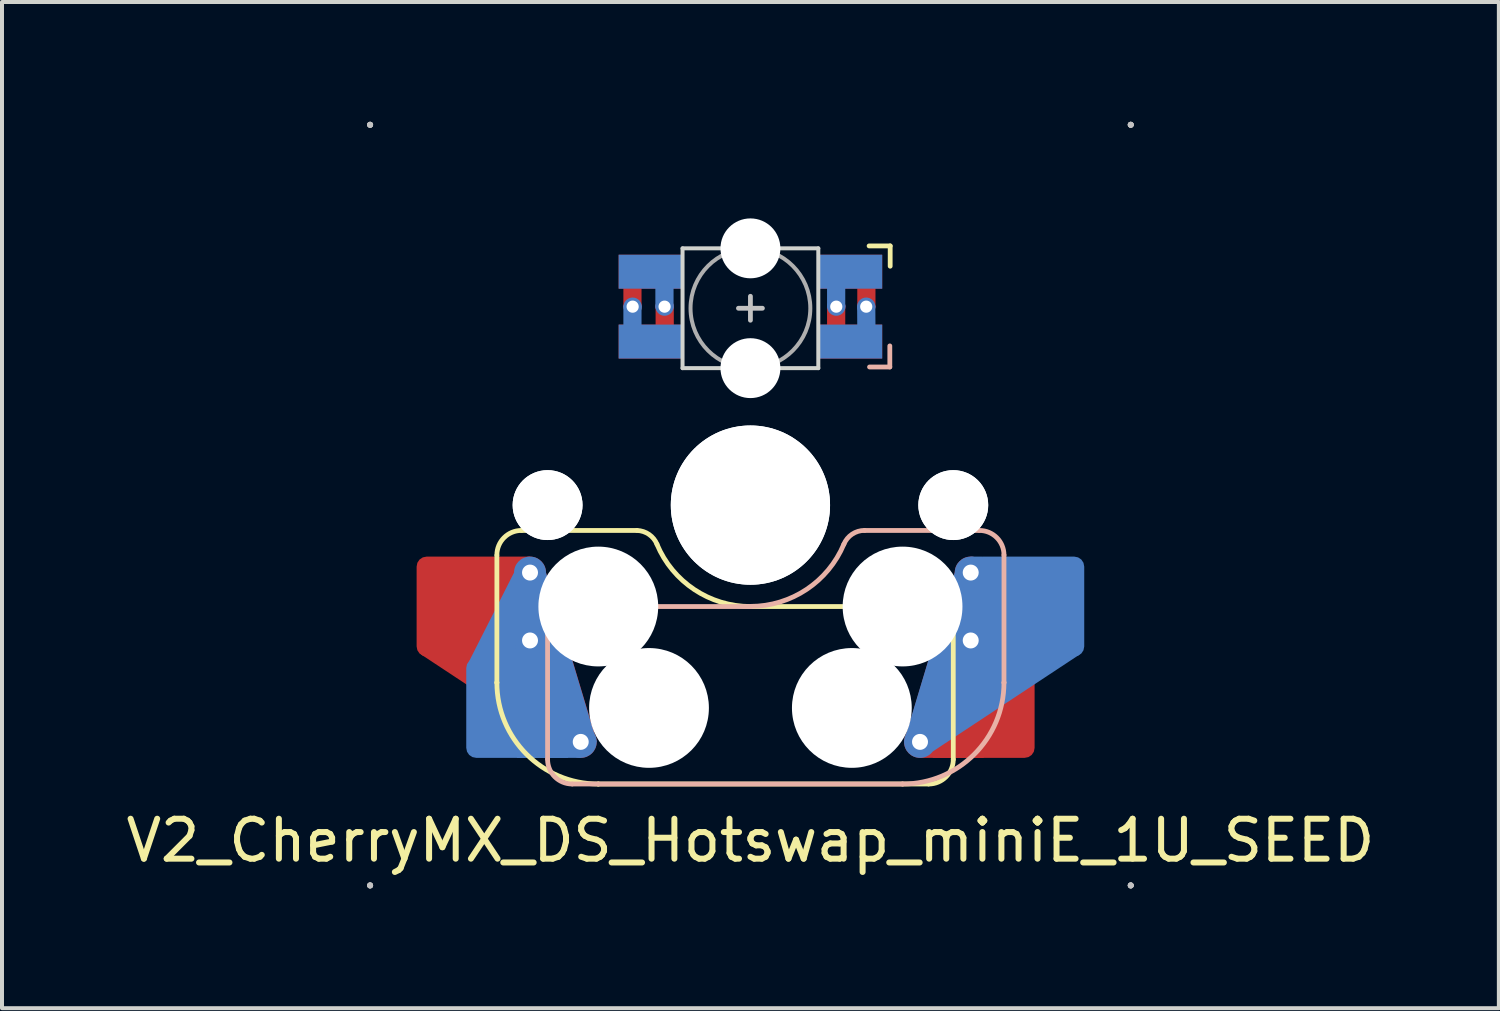
<source format=kicad_pcb>
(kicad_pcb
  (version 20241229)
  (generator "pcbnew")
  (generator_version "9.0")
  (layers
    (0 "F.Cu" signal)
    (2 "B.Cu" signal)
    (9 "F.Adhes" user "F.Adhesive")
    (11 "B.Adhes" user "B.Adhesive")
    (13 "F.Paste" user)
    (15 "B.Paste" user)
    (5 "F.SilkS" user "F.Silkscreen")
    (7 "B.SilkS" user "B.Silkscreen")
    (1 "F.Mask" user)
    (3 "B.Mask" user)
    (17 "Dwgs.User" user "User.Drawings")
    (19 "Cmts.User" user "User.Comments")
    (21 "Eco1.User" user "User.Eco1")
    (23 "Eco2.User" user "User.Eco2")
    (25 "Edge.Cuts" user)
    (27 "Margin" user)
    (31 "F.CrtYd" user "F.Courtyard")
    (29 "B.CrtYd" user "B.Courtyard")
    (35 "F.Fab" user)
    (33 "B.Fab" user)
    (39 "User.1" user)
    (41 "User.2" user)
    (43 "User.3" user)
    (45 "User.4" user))
  (footprint "V2_CherryMX_DS_Hotswap_miniE_1U_SEED"
    (layer "F.Cu")
    (at 15.744 9.6)
    (property "Reference" "V2_CherryMX_DS_Hotswap_miniE_1U_SEED" (at 0 8.4 180) (layer "F.SilkS") (effects (font (size 1 1) (thickness 0.15))))
    (attr through_hole)
    (fp_poly (pts (xy -5.81 1.29) (xy -5.52 1.29) (xy -5.12 1.69) (xy -3.9 5.74) (xy -4.57 6.17) (xy -8.25 3.74)) (stroke (width 0) (type solid)) (fill yes) (layer "F.Cu"))
    (fp_poly (pts (xy 3.937 6) (xy 4.247 6.33) (xy 5.839 6.33) (xy 7.037 3.9) (xy 5.917 1.69) (xy 5.117 1.69) (xy 3.847 5.93) (xy 3.947 6.01)) (stroke (width 0) (type solid)) (fill yes) (layer "F.Cu"))
    (fp_poly (pts (xy -3.25 -6.22) (xy -1.75 -6.22) (xy -1.75 -5.47) (xy -3.25 -5.47)) (stroke (width 0.1) (type solid)) (fill yes) (layer "F.Mask"))
    (fp_poly (pts (xy -3.25 -4.47) (xy -1.75 -4.47) (xy -1.75 -3.72) (xy -3.25 -3.72)) (stroke (width 0.1) (type solid)) (fill yes) (layer "F.Mask"))
    (fp_poly (pts (xy 1.75 -4.47) (xy 3.25 -4.47) (xy 3.25 -3.72) (xy 1.75 -3.72)) (stroke (width 0.1) (type solid)) (fill yes) (layer "F.Mask"))
    (fp_poly (pts (xy 1.75 -6.22) (xy 2.85 -6.22) (xy 3.25 -5.82) (xy 3.25 -5.47) (xy 1.75 -5.47)) (stroke (width 0.1) (type solid)) (fill yes) (layer "F.Mask"))
    (fp_poly (pts (xy 5.807 1.29) (xy 5.517 1.29) (xy 5.117 1.69) (xy 3.897 5.74) (xy 4.567 6.17) (xy 8.247 3.74)) (stroke (width 0) (type solid)) (fill yes) (layer "B.Cu"))
    (fp_poly (pts (xy -3.94 6) (xy -4.25 6.33) (xy -5.842 6.33) (xy -7.04 3.9) (xy -5.92 1.69) (xy -5.12 1.69) (xy -3.85 5.93) (xy -3.95 6.01)) (stroke (width 0) (type solid)) (fill yes) (layer "B.Cu"))
    (fp_poly (pts (xy -3.25 -6.22) (xy -1.75 -6.22) (xy -1.75 -5.47) (xy -3.25 -5.47)) (stroke (width 0.1) (type solid)) (fill yes) (layer "B.Mask"))
    (fp_poly (pts (xy -3.25 -4.47) (xy -1.75 -4.47) (xy -1.75 -3.72) (xy -3.25 -3.72)) (stroke (width 0.1) (type solid)) (fill yes) (layer "B.Mask"))
    (fp_poly (pts (xy 1.75 -6.22) (xy 3.25 -6.22) (xy 3.25 -5.47) (xy 1.75 -5.47)) (stroke (width 0.1) (type solid)) (fill yes) (layer "B.Mask"))
    (fp_poly (pts (xy 1.75 -4.47) (xy 3.25 -4.47) (xy 3.25 -4.145) (xy 2.85 -3.72) (xy 1.75 -3.72)) (stroke (width 0.1) (type solid)) (fill yes) (layer "B.Mask"))
    (fp_line (start -6.35 4.445) (end -6.35 1.26) (stroke (width 0.12) (type solid)) (layer "F.SilkS"))
    (fp_line (start -6.35 4.445) (end -6.35 4.445) (stroke (width 0.12) (type solid)) (layer "F.SilkS"))
    (fp_line (start -5.73 0.635) (end -2.84 0.635) (stroke (width 0.12) (type solid)) (layer "F.SilkS"))
    (fp_line (start -3.81 6.985) (end -3.81 6.985) (stroke (width 0.12) (type solid)) (layer "F.SilkS"))
    (fp_line (start -3.81 6.985) (end 4.46 6.985) (stroke (width 0.12) (type solid)) (layer "F.SilkS"))
    (fp_line (start 0 2.54) (end 0 2.54) (stroke (width 0.12) (type solid)) (layer "F.SilkS"))
    (fp_line (start 0 2.54) (end 5.08 2.54) (stroke (width 0.12) (type solid)) (layer "F.SilkS"))
    (fp_line (start 3.5 -6.491) (end 2.972 -6.491) (stroke (width 0.12) (type solid)) (layer "F.SilkS"))
    (fp_line (start 3.5 -5.983) (end 3.5 -6.491) (stroke (width 0.12) (type solid)) (layer "F.SilkS"))
    (fp_line (start 5.08 2.54) (end 5.08 2.54) (stroke (width 0.12) (type solid)) (layer "F.SilkS"))
    (fp_line (start 5.08 2.54) (end 5.08 2.54) (stroke (width 0.12) (type solid)) (layer "F.SilkS"))
    (fp_line (start 5.08 6.37) (end 5.08 2.54) (stroke (width 0.12) (type solid)) (layer "F.SilkS"))
    (fp_arc (start -6.35 1.25) (mid -6.169871 0.815129) (end -5.735 0.635) (stroke (width 0.12) (type default)) (layer "F.SilkS"))
    (fp_arc (start -3.81 6.985) (mid -5.606051 6.241051) (end -6.35 4.445) (stroke (width 0.12) (type solid)) (layer "F.SilkS"))
    (fp_arc (start -2.840072 0.635) (mid -2.539136 0.734324) (end -2.34 0.980845) (stroke (width 0.12) (type default)) (layer "F.SilkS"))
    (fp_arc (start 0 2.54) (mid -1.405313 2.115202) (end -2.34 0.983072) (stroke (width 0.12) (type solid)) (layer "F.SilkS"))
    (fp_arc (start 5.080129 6.37) (mid 4.9 6.804871) (end 4.465129 6.985) (stroke (width 0.12) (type default)) (layer "F.SilkS"))
    (fp_line (start -5.08 2.54) (end -5.08 2.54) (stroke (width 0.12) (type solid)) (layer "B.SilkS"))
    (fp_line (start -5.08 2.54) (end -5.08 2.54) (stroke (width 0.12) (type solid)) (layer "B.SilkS"))
    (fp_line (start -5.08 6.36) (end -5.08 2.54) (stroke (width 0.12) (type solid)) (layer "B.SilkS"))
    (fp_line (start -4.46 6.985) (end 3.81 6.985) (stroke (width 0.12) (type solid)) (layer "B.SilkS"))
    (fp_line (start 0 2.54) (end -5.08 2.54) (stroke (width 0.12) (type solid)) (layer "B.SilkS"))
    (fp_line (start 0 2.54) (end 0 2.54) (stroke (width 0.12) (type solid)) (layer "B.SilkS"))
    (fp_line (start 2.86 0.635) (end 5.72 0.635) (stroke (width 0.12) (type solid)) (layer "B.SilkS"))
    (fp_line (start 2.983 -3.459) (end 3.491 -3.459) (stroke (width 0.12) (type solid)) (layer "B.SilkS"))
    (fp_line (start 3.491 -3.459) (end 3.491 -3.987) (stroke (width 0.12) (type solid)) (layer "B.SilkS"))
    (fp_line (start 3.81 6.985) (end 3.81 6.985) (stroke (width 0.12) (type solid)) (layer "B.SilkS"))
    (fp_line (start 6.35 1.25) (end 6.35 4.445) (stroke (width 0.12) (type solid)) (layer "B.SilkS"))
    (fp_line (start 6.35 4.445) (end 6.35 4.445) (stroke (width 0.12) (type solid)) (layer "B.SilkS"))
    (fp_arc (start -4.465 6.985) (mid -4.899871 6.804871) (end -5.08 6.37) (stroke (width 0.12) (type default)) (layer "B.SilkS"))
    (fp_arc (start 2.34 0.98) (mid 1.405313 2.11213) (end 0 2.536928) (stroke (width 0.12) (type solid)) (layer "B.SilkS"))
    (fp_arc (start 2.34 0.98) (mid 2.547382 0.727885) (end 2.859999 0.633863) (stroke (width 0.12) (type default)) (layer "B.SilkS"))
    (fp_arc (start 5.735129 0.635) (mid 6.17 0.815129) (end 6.350129 1.25) (stroke (width 0.12) (type default)) (layer "B.SilkS"))
    (fp_arc (start 6.35 4.445) (mid 5.606051 6.241051) (end 3.81 6.985) (stroke (width 0.12) (type solid)) (layer "B.SilkS"))
    (fp_line (start -9.525 -9.525) (end -9.525 -9.525) (stroke (width 0.15) (type solid)) (layer "Dwgs.User"))
    (fp_line (start -9.525 -9.525) (end -9.525 -9.525) (stroke (width 0.15) (type solid)) (layer "Dwgs.User"))
    (fp_line (start -9.525 -9.525) (end -9.525 -9.525) (stroke (width 0.15) (type solid)) (layer "Dwgs.User"))
    (fp_line (start -9.525 -9.525) (end -9.525 -9.525) (stroke (width 0.15) (type solid)) (layer "Dwgs.User"))
    (fp_line (start -9.525 9.525) (end -9.525 9.525) (stroke (width 0.15) (type solid)) (layer "Dwgs.User"))
    (fp_line (start -9.525 9.525) (end -9.525 9.525) (stroke (width 0.15) (type solid)) (layer "Dwgs.User"))
    (fp_line (start -9.525 9.525) (end -9.525 9.525) (stroke (width 0.15) (type solid)) (layer "Dwgs.User"))
    (fp_line (start -9.525 9.525) (end -9.525 9.525) (stroke (width 0.15) (type solid)) (layer "Dwgs.User"))
    (fp_line (start -0.3 -4.93) (end 0.3 -4.93) (stroke (width 0.12) (type solid)) (layer "Dwgs.User"))
    (fp_line (start 0 -4.63) (end 0 -5.23) (stroke (width 0.12) (type solid)) (layer "Dwgs.User"))
    (fp_line (start 9.525 -9.525) (end 9.525 -9.525) (stroke (width 0.15) (type solid)) (layer "Dwgs.User"))
    (fp_line (start 9.525 -9.525) (end 9.525 -9.525) (stroke (width 0.15) (type solid)) (layer "Dwgs.User"))
    (fp_line (start 9.525 -9.525) (end 9.525 -9.525) (stroke (width 0.15) (type solid)) (layer "Dwgs.User"))
    (fp_line (start 9.525 -9.525) (end 9.525 -9.525) (stroke (width 0.15) (type solid)) (layer "Dwgs.User"))
    (fp_line (start 9.525 9.525) (end 9.525 9.525) (stroke (width 0.15) (type solid)) (layer "Dwgs.User"))
    (fp_line (start 9.525 9.525) (end 9.525 9.525) (stroke (width 0.15) (type solid)) (layer "Dwgs.User"))
    (fp_line (start 9.525 9.525) (end 9.525 9.525) (stroke (width 0.15) (type solid)) (layer "Dwgs.User"))
    (fp_line (start 9.525 9.525) (end 9.525 9.525) (stroke (width 0.15) (type solid)) (layer "Dwgs.User"))
    (fp_line (start -1.7 -6.43) (end -1.7 -3.43) (stroke (width 0.1) (type solid)) (layer "Edge.Cuts"))
    (fp_line (start 1.7 -6.43) (end -1.7 -6.43) (stroke (width 0.1) (type solid)) (layer "Edge.Cuts"))
    (fp_line (start 1.7 -3.43) (end -1.7 -3.43) (stroke (width 0.1) (type solid)) (layer "Edge.Cuts"))
    (fp_line (start 1.7 -3.43) (end 1.7 -6.43) (stroke (width 0.1) (type solid)) (layer "Edge.Cuts"))
    (fp_circle (center 0 -4.93) (end 0 -6.43) (stroke (width 0.1) (type solid)) (fill no) (layer "F.Fab"))
    (fp_line (start -9.525 9.525) (end -9.525 -9.525) (stroke (width 0.15) (type solid)) (layer "User.2"))
    (fp_line (start 9.525 -9.525) (end -9.525 -9.525) (stroke (width 0.15) (type solid)) (layer "User.2"))
    (fp_line (start 9.525 9.525) (end -9.525 9.525) (stroke (width 0.15) (type solid)) (layer "User.2"))
    (fp_line (start 9.525 9.525) (end 9.525 -9.525) (stroke (width 0.15) (type solid)) (layer "User.2"))
    (pad "" np_thru_hole circle (at -5.08 0 180) (size 1.75 1.75) (drill 1.75) (layers "*.Cu" "*.Mask"))
    (pad "" np_thru_hole circle (at -5.08 0 180) (size 1.75 1.75) (drill 1.75) (layers "*.Cu" "*.Mask"))
    (pad "" np_thru_hole circle (at -3.81 2.54 180) (size 3 3) (drill 3) (layers "*.Cu" "*.Mask"))
    (pad "" np_thru_hole circle (at -2.54 5.08 180) (size 3 3) (drill 3) (layers "*.Cu" "*.Mask"))
    (pad "" np_thru_hole circle (at 0 -6.43 180) (size 1.5 1.5) (drill 1.5) (layers "*.Cu" "*.Mask"))
    (pad "" np_thru_hole circle (at 0 -3.43 180) (size 1.5 1.5) (drill 1.5) (layers "*.Cu" "*.Mask"))
    (pad "" np_thru_hole circle (at 0 0 180) (size 3.988 3.988) (drill 3.988) (layers "*.Cu" "*.Mask"))
    (pad "" np_thru_hole circle (at 0 0 180) (size 3.988 3.988) (drill 3.988) (layers "*.Cu" "*.Mask"))
    (pad "" np_thru_hole circle (at 2.54 5.08 180) (size 3 3) (drill 3) (layers "*.Cu" "*.Mask"))
    (pad "" np_thru_hole circle (at 3.81 2.54 180) (size 3 3) (drill 3) (layers "*.Cu" "*.Mask"))
    (pad "" np_thru_hole circle (at 5.08 0 180) (size 1.75 1.75) (drill 1.75) (layers "*.Cu" "*.Mask"))
    (pad "" np_thru_hole circle (at 5.08 0 180) (size 1.75 1.75) (drill 1.75) (layers "*.Cu" "*.Mask"))
    (pad "1" smd custom (at -2.5 -5.845) (size 1.6 0.85) (layers "B.Cu") (options (anchor rect)) (primitives (gr_poly (pts (xy 0.525 0.896) (xy 0.169 0.896) (xy 0.169 0.325) (xy 0.525 0.325)) (width 0.1) (fill yes))))
    (pad "1" smd custom (at -2.5 -4.095) (size 1.6 0.85) (layers "F.Cu") (options (anchor rect)) (primitives (gr_poly (pts (xy 0.531 -0.275) (xy 0.175 -0.275) (xy 0.175 -0.898) (xy 0.531 -0.898)) (width 0.1) (fill yes))))
    (pad "1" thru_hole circle (at -2.15 -4.97 180) (size 0.457 0.457) (drill 0.305) (layers "*.Cu"))
    (pad "2" thru_hole circle (at -2.95 -4.97 180) (size 0.457 0.457) (drill 0.305) (layers "*.Cu"))
    (pad "2" smd custom (at -2.5 -5.845 180) (size 1.6 0.85) (layers "F.Cu") (options (anchor rect)) (primitives (gr_poly (pts (xy 0.632 -0.296) (xy 0.277 -0.296) (xy 0.277 -0.869) (xy 0.632 -0.869)) (width 0.1) (fill yes))))
    (pad "2" smd custom (at -2.5 -4.095 180) (size 1.6 0.85) (layers "B.Cu") (options (anchor rect)) (primitives (gr_poly (pts (xy 0.632 0.888) (xy 0.277 0.888) (xy 0.277 0.325) (xy 0.632 0.325)) (width 0.1) (fill yes))))
    (pad "3" smd custom (at 2.5 -5.845 180) (size 1.6 0.85) (layers "F.Cu") (options (anchor rect)) (primitives (gr_poly (pts (xy -0.226 -0.354) (xy -0.582 -0.354) (xy -0.582 -0.887) (xy -0.226 -0.887)) (width 0.1) (fill yes))))
    (pad "3" smd custom (at 2.5 -4.095 180) (size 1.6 0.85) (layers "B.Cu") (options (anchor rect)) (primitives (gr_poly (pts (xy -0.222 0.888) (xy -0.578 0.888) (xy -0.582 0.325) (xy -0.226 0.325)) (width 0.1) (fill yes))))
    (pad "3" thru_hole circle (at 2.9 -4.97 180) (size 0.457 0.457) (drill 0.305) (layers "*.Cu"))
    (pad "4" thru_hole circle (at 2.15 -4.97 180) (size 0.457 0.457) (drill 0.305) (layers "*.Cu"))
    (pad "4" smd custom (at 2.5 -5.845) (size 1.6 0.85) (layers "B.Cu") (options (anchor rect)) (primitives (gr_poly (pts (xy -0.175 0.886) (xy -0.531 0.886) (xy -0.531 0.175) (xy -0.175 0.175)) (width 0.1) (fill yes))))
    (pad "4" smd custom (at 2.5 -4.095) (size 1.6 0.85) (layers "F.Cu") (options (anchor rect)) (primitives (gr_poly (pts (xy -0.175 -0.175) (xy -0.531 -0.178) (xy -0.531 -0.903) (xy -0.175 -0.906)) (width 0.1) (fill yes))))
    (pad "5" thru_hole circle (at 4.247 5.93 180) (size 0.8 0.8) (drill 0.4) (layers "*.Cu"))
    (pad "5" thru_hole circle (at 5.517 1.69 180) (size 0.8 0.8) (drill 0.4) (layers "*.Cu"))
    (pad "5" thru_hole circle (at 5.517 3.39 180) (size 0.8 0.8) (drill 0.4) (layers "*.Cu"))
    (pad "5" smd roundrect (at 5.842 5.08 180) (size 2.55 2.5) (layers "F.Cu" "F.Mask" "F.Paste") (roundrect_rratio 0.1) (chamfer_ratio 0) (chamfer top_right bottom_right))
    (pad "5" smd roundrect (at 7.085 2.54 180) (size 2.55 2.5) (layers "B.Cu" "B.Mask" "B.Paste") (roundrect_rratio 0.1) (chamfer_ratio 0) (chamfer top_right bottom_right))
    (pad "6" smd roundrect (at -7.085 2.54 180) (size 2.55 2.5) (layers "F.Cu" "F.Mask" "F.Paste") (roundrect_rratio 0.1) (chamfer_ratio 0) (chamfer top_left bottom_left))
    (pad "6" smd roundrect (at -5.842 5.08 180) (size 2.55 2.5) (layers "B.Cu" "B.Mask" "B.Paste") (roundrect_rratio 0.1) (chamfer_ratio 0) (chamfer top_left bottom_left))
    (pad "6" thru_hole circle (at -5.52 1.69 180) (size 0.8 0.8) (drill 0.4) (layers "*.Cu"))
    (pad "6" thru_hole circle (at -5.52 3.39 180) (size 0.8 0.8) (drill 0.4) (layers "*.Cu"))
    (pad "6" thru_hole circle (at -4.25 5.93 180) (size 0.8 0.8) (drill 0.4) (layers "*.Cu")))
  (gr_rect
    (start -3 -3)
    (end 34.488 22.2)
    (stroke (width 0.1) (type default))
    (fill no)
    (layer "Edge.Cuts")))
</source>
